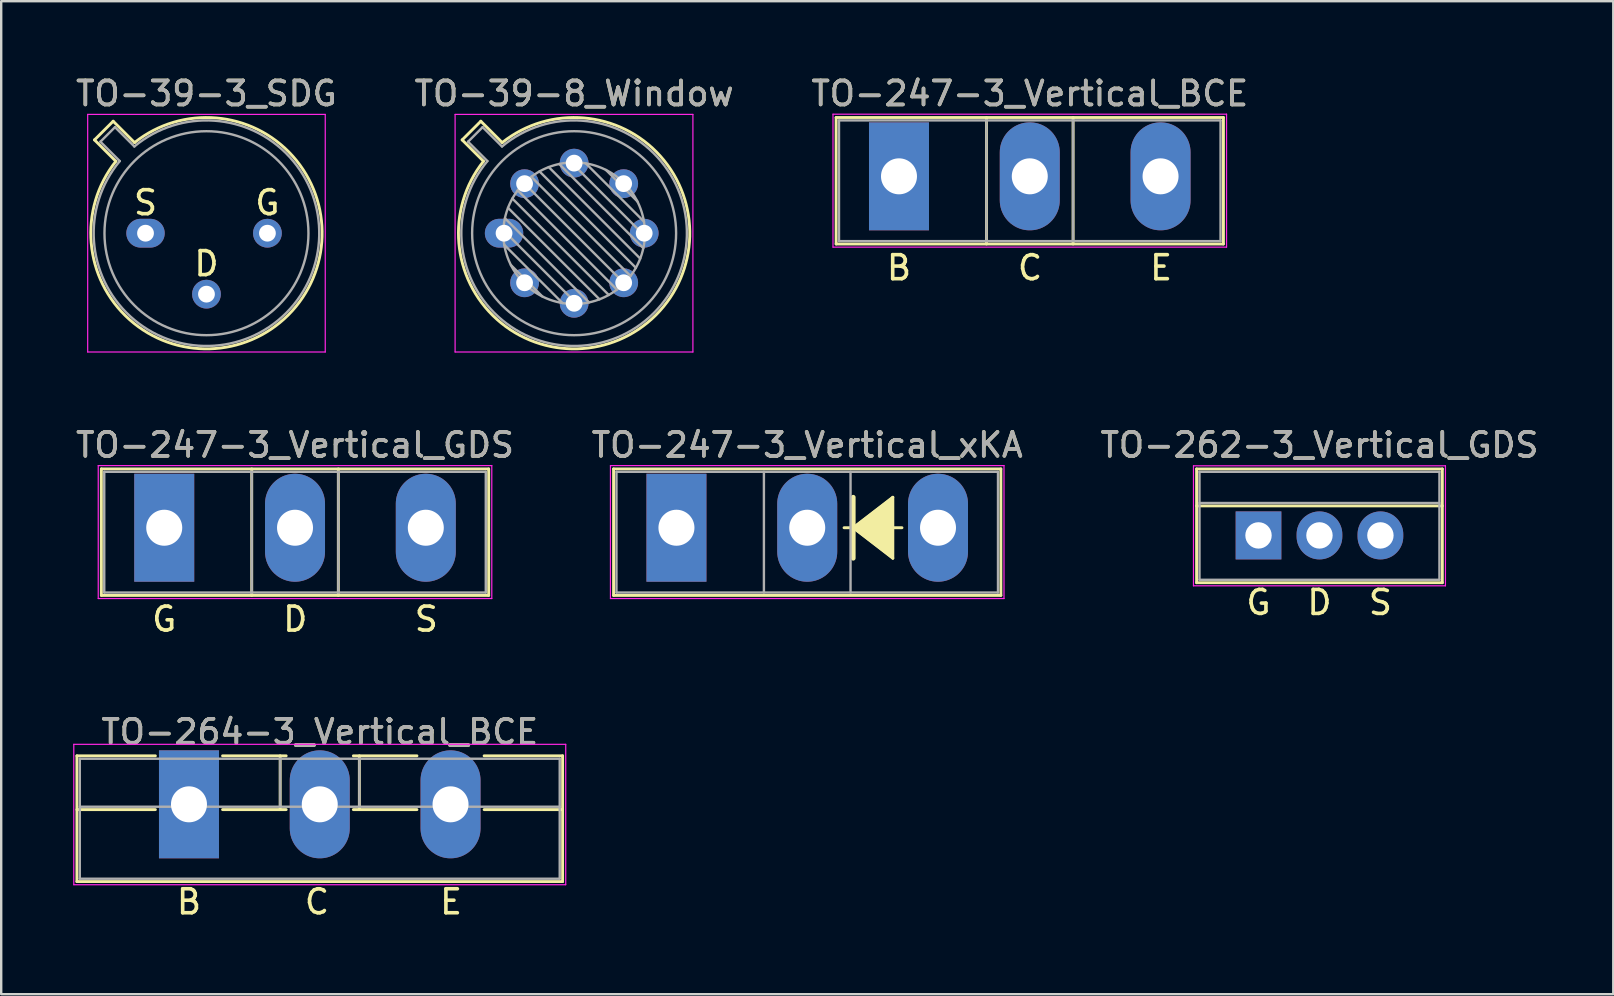
<source format=kicad_pcb>
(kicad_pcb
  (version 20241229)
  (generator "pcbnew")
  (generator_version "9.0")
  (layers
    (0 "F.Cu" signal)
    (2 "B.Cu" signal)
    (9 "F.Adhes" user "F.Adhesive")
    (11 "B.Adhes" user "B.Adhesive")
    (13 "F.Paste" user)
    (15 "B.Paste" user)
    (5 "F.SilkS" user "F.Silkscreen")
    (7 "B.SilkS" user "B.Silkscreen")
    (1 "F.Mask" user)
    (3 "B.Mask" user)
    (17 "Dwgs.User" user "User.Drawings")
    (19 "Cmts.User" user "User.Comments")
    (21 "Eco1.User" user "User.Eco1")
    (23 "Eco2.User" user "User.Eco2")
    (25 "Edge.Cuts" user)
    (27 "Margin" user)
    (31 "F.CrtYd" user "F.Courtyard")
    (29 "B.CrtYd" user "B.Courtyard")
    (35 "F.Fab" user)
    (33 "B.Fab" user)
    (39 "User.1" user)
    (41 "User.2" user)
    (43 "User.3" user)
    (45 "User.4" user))
  (footprint "TO-39-3_SDG"
    (layer "F.Cu")
    (at 3.014 6.668)
    (property "Reference" "TO-39-3_SDG" (at 2.54 -5.82 0) (layer "F.SilkS") (effects (font (size 1 1) (thickness 0.15))))
    (attr through_hole)
    (fp_line (start -2.126 -3.888) (end -1.235 -2.997) (stroke (width 0.12) (type solid)) (layer "F.SilkS"))
    (fp_line (start -1.348 -4.666) (end -2.126 -3.888) (stroke (width 0.12) (type solid)) (layer "F.SilkS"))
    (fp_line (start -0.457 -3.775) (end -1.348 -4.666) (stroke (width 0.12) (type solid)) (layer "F.SilkS"))
    (fp_arc (start -0.457084 -3.774902) (mid 5.948125 3.408384) (end -1.234674 -2.997371) (stroke (width 0.12) (type solid)) (layer "F.SilkS"))
    (fp_line (start -2.41 -4.95) (end -2.41 4.95) (stroke (width 0.05) (type solid)) (layer "F.CrtYd"))
    (fp_line (start -2.41 4.95) (end 7.49 4.95) (stroke (width 0.05) (type solid)) (layer "F.CrtYd"))
    (fp_line (start 7.49 -4.95) (end -2.41 -4.95) (stroke (width 0.05) (type solid)) (layer "F.CrtYd"))
    (fp_line (start 7.49 4.95) (end 7.49 -4.95) (stroke (width 0.05) (type solid)) (layer "F.CrtYd"))
    (fp_line (start -1.88 -3.812) (end -1.074 -3.005) (stroke (width 0.1) (type solid)) (layer "F.Fab"))
    (fp_line (start -1.272 -4.42) (end -1.88 -3.812) (stroke (width 0.1) (type solid)) (layer "F.Fab"))
    (fp_line (start -0.465 -3.614) (end -1.272 -4.42) (stroke (width 0.1) (type solid)) (layer "F.Fab"))
    (fp_arc (start -0.465408 -3.61352) (mid 5.863443 3.323361) (end -1.073594 -3.005319) (stroke (width 0.1) (type solid)) (layer "F.Fab"))
    (fp_circle (center 2.54 0) (end 6.79 0) (stroke (width 0.1) (type solid)) (fill no) (layer "F.Fab"))
    (fp_text user "D" (at 2.54 1.27 0) (layer "F.SilkS") (effects (font (size 1 1) (thickness 0.15))))
    (fp_text user "S" (at 0 -1.27 0) (layer "F.SilkS") (effects (font (size 1 1) (thickness 0.15))))
    (fp_text user "G" (at 5.08 -1.27 0) (layer "F.SilkS") (effects (font (size 1 1) (thickness 0.15))))
    (fp_text user "${REFERENCE}" (at 2.54 -5.82 0) (layer "F.Fab") (effects (font (size 1 1) (thickness 0.15))))
    (pad "1" thru_hole oval (at 0 0) (size 1.6 1.2) (drill 0.7) (layers "*.Cu" "*.Mask"))
    (pad "2" thru_hole oval (at 2.54 2.54) (size 1.2 1.2) (drill 0.7) (layers "*.Cu" "*.Mask"))
    (pad "3" thru_hole oval (at 5.08 0) (size 1.2 1.2) (drill 0.7) (layers "*.Cu" "*.Mask")))
  (footprint "TO-247-3_Vertical_BCE"
    (layer "F.Cu")
    (at 34.413 4.298)
    (property "Reference" "TO-247-3_Vertical_BCE" (at 5.45 -3.45 0) (layer "F.SilkS") (effects (font (size 1 1) (thickness 0.15))))
    (fp_line (start -2.62 -2.451) (end -2.62 2.82) (stroke (width 0.12) (type solid)) (layer "F.SilkS"))
    (fp_line (start -2.62 -2.451) (end 13.52 -2.451) (stroke (width 0.12) (type solid)) (layer "F.SilkS"))
    (fp_line (start -2.62 2.82) (end 13.52 2.82) (stroke (width 0.12) (type solid)) (layer "F.SilkS"))
    (fp_line (start 3.646 -2.451) (end 3.646 2.82) (stroke (width 0.12) (type solid)) (layer "F.SilkS"))
    (fp_line (start 7.255 -2.451) (end 7.255 2.82) (stroke (width 0.12) (type solid)) (layer "F.SilkS"))
    (fp_line (start 13.52 -2.451) (end 13.52 2.82) (stroke (width 0.12) (type solid)) (layer "F.SilkS"))
    (fp_line (start -2.75 -2.59) (end -2.75 2.95) (stroke (width 0.05) (type solid)) (layer "F.CrtYd"))
    (fp_line (start -2.75 2.95) (end 13.65 2.95) (stroke (width 0.05) (type solid)) (layer "F.CrtYd"))
    (fp_line (start 13.65 -2.59) (end -2.75 -2.59) (stroke (width 0.05) (type solid)) (layer "F.CrtYd"))
    (fp_line (start 13.65 2.95) (end 13.65 -2.59) (stroke (width 0.05) (type solid)) (layer "F.CrtYd"))
    (fp_line (start -2.5 -2.33) (end -2.5 2.7) (stroke (width 0.1) (type solid)) (layer "F.Fab"))
    (fp_line (start -2.5 2.7) (end 13.4 2.7) (stroke (width 0.1) (type solid)) (layer "F.Fab"))
    (fp_line (start 3.645 -2.33) (end 3.645 2.7) (stroke (width 0.1) (type solid)) (layer "F.Fab"))
    (fp_line (start 7.255 -2.33) (end 7.255 2.7) (stroke (width 0.1) (type solid)) (layer "F.Fab"))
    (fp_line (start 13.4 -2.33) (end -2.5 -2.33) (stroke (width 0.1) (type solid)) (layer "F.Fab"))
    (fp_line (start 13.4 2.7) (end 13.4 -2.33) (stroke (width 0.1) (type solid)) (layer "F.Fab"))
    (fp_text user "E" (at 10.922 3.81 0) (unlocked yes) (layer "F.SilkS") (effects (font (size 1 1) (thickness 0.15))))
    (fp_text user "C" (at 5.461 3.81 0) (unlocked yes) (layer "F.SilkS") (effects (font (size 1 1) (thickness 0.15))))
    (fp_text user "B" (at 0 3.81 0) (unlocked yes) (layer "F.SilkS") (effects (font (size 1 1) (thickness 0.15))))
    (fp_text user "${REFERENCE}" (at 5.45 -3.45 0) (layer "F.Fab") (effects (font (size 1 1) (thickness 0.15))))
    (pad "1" thru_hole rect (at 0 0) (size 2.5 4.5) (drill 1.5) (layers "*.Cu" "*.Mask"))
    (pad "2" thru_hole oval (at 5.45 0) (size 2.5 4.5) (drill 1.5) (layers "*.Cu" "*.Mask"))
    (pad "3" thru_hole oval (at 10.9 0) (size 2.5 4.5) (drill 1.5) (layers "*.Cu" "*.Mask")))
  (footprint "TO-262-3_Vertical_GDS"
    (layer "F.Cu")
    (at 49.395 19.262)
    (property "Reference" "TO-262-3_Vertical_GDS" (at 2.54 -3.77 0) (layer "F.SilkS") (effects (font (size 1 1) (thickness 0.15))))
    (attr through_hole)
    (fp_line (start -2.58 -2.77) (end -2.58 1.971) (stroke (width 0.12) (type solid)) (layer "F.SilkS"))
    (fp_line (start -2.58 -2.77) (end 7.66 -2.77) (stroke (width 0.12) (type solid)) (layer "F.SilkS"))
    (fp_line (start -2.58 -1.23) (end 7.66 -1.23) (stroke (width 0.12) (type solid)) (layer "F.SilkS"))
    (fp_line (start -2.58 1.971) (end 7.66 1.971) (stroke (width 0.12) (type solid)) (layer "F.SilkS"))
    (fp_line (start 7.66 -2.77) (end 7.66 1.971) (stroke (width 0.12) (type solid)) (layer "F.SilkS"))
    (fp_line (start -2.71 -2.9) (end -2.71 2.1) (stroke (width 0.05) (type solid)) (layer "F.CrtYd"))
    (fp_line (start -2.71 2.1) (end 7.79 2.1) (stroke (width 0.05) (type solid)) (layer "F.CrtYd"))
    (fp_line (start 7.79 -2.9) (end -2.71 -2.9) (stroke (width 0.05) (type solid)) (layer "F.CrtYd"))
    (fp_line (start 7.79 2.1) (end 7.79 -2.9) (stroke (width 0.05) (type solid)) (layer "F.CrtYd"))
    (fp_line (start -2.46 -2.65) (end -2.46 1.85) (stroke (width 0.1) (type solid)) (layer "F.Fab"))
    (fp_line (start -2.46 -1.35) (end 7.54 -1.35) (stroke (width 0.1) (type solid)) (layer "F.Fab"))
    (fp_line (start -2.46 1.85) (end 7.54 1.85) (stroke (width 0.1) (type solid)) (layer "F.Fab"))
    (fp_line (start 7.54 -2.65) (end -2.46 -2.65) (stroke (width 0.1) (type solid)) (layer "F.Fab"))
    (fp_line (start 7.54 1.85) (end 7.54 -2.65) (stroke (width 0.1) (type solid)) (layer "F.Fab"))
    (fp_text user "S" (at 5.08 2.794 0) (layer "F.SilkS") (effects (font (size 1 1) (thickness 0.15))))
    (fp_text user "D" (at 2.54 2.794 0) (layer "F.SilkS") (effects (font (size 1 1) (thickness 0.15))))
    (fp_text user "G" (at 0 2.794 0) (layer "F.SilkS") (effects (font (size 1 1) (thickness 0.15))))
    (fp_text user "${REFERENCE}" (at 2.54 -3.77 0) (layer "F.Fab") (effects (font (size 1 1) (thickness 0.15))))
    (pad "1" thru_hole rect (at 0 0) (size 1.905 2) (drill 1.1) (layers "*.Cu" "*.Mask"))
    (pad "2" thru_hole oval (at 2.54 0) (size 1.905 2) (drill 1.1) (layers "*.Cu" "*.Mask"))
    (pad "3" thru_hole oval (at 5.08 0) (size 1.905 2) (drill 1.1) (layers "*.Cu" "*.Mask")))
  (footprint "TO-39-8_Window"
    (layer "F.Cu")
    (at 17.955 6.668)
    (property "Reference" "TO-39-8_Window" (at 2.92 -5.82 0) (layer "F.SilkS") (effects (font (size 1 1) (thickness 0.15))))
    (attr through_hole)
    (fp_line (start -1.746 -3.888) (end -0.855 -2.997) (stroke (width 0.12) (type solid)) (layer "F.SilkS"))
    (fp_line (start -0.968 -4.666) (end -1.746 -3.888) (stroke (width 0.12) (type solid)) (layer "F.SilkS"))
    (fp_line (start -0.077 -3.775) (end -0.968 -4.666) (stroke (width 0.12) (type solid)) (layer "F.SilkS"))
    (fp_arc (start -0.077084 -3.774902) (mid 6.328125 3.408384) (end -0.854674 -2.997371) (stroke (width 0.12) (type solid)) (layer "F.SilkS"))
    (fp_line (start -2.04 -4.95) (end -2.04 4.95) (stroke (width 0.05) (type solid)) (layer "F.CrtYd"))
    (fp_line (start -2.04 4.95) (end 7.87 4.95) (stroke (width 0.05) (type solid)) (layer "F.CrtYd"))
    (fp_line (start 7.87 -4.95) (end -2.04 -4.95) (stroke (width 0.05) (type solid)) (layer "F.CrtYd"))
    (fp_line (start 7.87 4.95) (end 7.87 -4.95) (stroke (width 0.05) (type solid)) (layer "F.CrtYd"))
    (fp_line (start -1.5 -3.812) (end -0.694 -3.005) (stroke (width 0.1) (type solid)) (layer "F.Fab"))
    (fp_line (start -0.892 -4.42) (end -1.5 -3.812) (stroke (width 0.1) (type solid)) (layer "F.Fab"))
    (fp_line (start -0.085 -3.614) (end -0.892 -4.42) (stroke (width 0.1) (type solid)) (layer "F.Fab"))
    (fp_line (start -0.028 -0.12) (end 3.04 2.948) (stroke (width 0.1) (type solid)) (layer "F.Fab"))
    (fp_line (start 0.009 0.485) (end 2.435 2.911) (stroke (width 0.1) (type solid)) (layer "F.Fab"))
    (fp_line (start 0.036 -0.622) (end 3.542 2.884) (stroke (width 0.1) (type solid)) (layer "F.Fab"))
    (fp_line (start 0.165 -1.058) (end 3.978 2.755) (stroke (width 0.1) (type solid)) (layer "F.Fab"))
    (fp_line (start 0.283 1.324) (end 1.596 2.637) (stroke (width 0.1) (type solid)) (layer "F.Fab"))
    (fp_line (start 0.346 -1.443) (end 4.363 2.574) (stroke (width 0.1) (type solid)) (layer "F.Fab"))
    (fp_line (start 0.57 -1.784) (end 4.704 2.35) (stroke (width 0.1) (type solid)) (layer "F.Fab"))
    (fp_line (start 0.834 -2.086) (end 5.006 2.086) (stroke (width 0.1) (type solid)) (layer "F.Fab"))
    (fp_line (start 1.136 -2.35) (end 5.27 1.784) (stroke (width 0.1) (type solid)) (layer "F.Fab"))
    (fp_line (start 1.477 -2.574) (end 5.494 1.443) (stroke (width 0.1) (type solid)) (layer "F.Fab"))
    (fp_line (start 1.862 -2.755) (end 5.675 1.058) (stroke (width 0.1) (type solid)) (layer "F.Fab"))
    (fp_line (start 2.298 -2.884) (end 5.804 0.622) (stroke (width 0.1) (type solid)) (layer "F.Fab"))
    (fp_line (start 2.8 -2.948) (end 5.868 0.12) (stroke (width 0.1) (type solid)) (layer "F.Fab"))
    (fp_line (start 3.405 -2.911) (end 5.831 -0.485) (stroke (width 0.1) (type solid)) (layer "F.Fab"))
    (fp_line (start 4.244 -2.637) (end 5.557 -1.324) (stroke (width 0.1) (type solid)) (layer "F.Fab"))
    (fp_arc (start -0.085408 -3.61352) (mid 6.243443 3.323361) (end -0.693594 -3.005319) (stroke (width 0.1) (type solid)) (layer "F.Fab"))
    (fp_circle (center 2.92 0) (end 5.87 0) (stroke (width 0.1) (type solid)) (fill no) (layer "F.Fab"))
    (fp_circle (center 2.92 0) (end 7.17 0) (stroke (width 0.1) (type solid)) (fill no) (layer "F.Fab"))
    (fp_text user "${REFERENCE}" (at 2.92 -5.82 0) (layer "F.Fab") (effects (font (size 1 1) (thickness 0.15))))
    (pad "1" thru_hole oval (at 0 0) (size 1.6 1.2) (drill 0.7) (layers "*.Cu" "*.Mask"))
    (pad "2" thru_hole oval (at 0.855 2.065) (size 1.2 1.2) (drill 0.7) (layers "*.Cu" "*.Mask"))
    (pad "3" thru_hole oval (at 2.92 2.92) (size 1.2 1.2) (drill 0.7) (layers "*.Cu" "*.Mask"))
    (pad "4" thru_hole oval (at 4.985 2.065) (size 1.2 1.2) (drill 0.7) (layers "*.Cu" "*.Mask"))
    (pad "5" thru_hole oval (at 5.84 0) (size 1.2 1.2) (drill 0.7) (layers "*.Cu" "*.Mask"))
    (pad "6" thru_hole oval (at 4.985 -2.065) (size 1.2 1.2) (drill 0.7) (layers "*.Cu" "*.Mask"))
    (pad "7" thru_hole oval (at 2.92 -2.92) (size 1.2 1.2) (drill 0.7) (layers "*.Cu" "*.Mask"))
    (pad "8" thru_hole oval (at 0.855 -2.065) (size 1.2 1.2) (drill 0.7) (layers "*.Cu" "*.Mask")))
  (footprint "TO-247-3_Vertical_xKA"
    (layer "F.Cu")
    (at 25.139 18.942)
    (property "Reference" "TO-247-3_Vertical_xKA" (at 5.45 -3.45 0) (layer "F.SilkS") (effects (font (size 1 1) (thickness 0.15))))
    (attr through_hole)
    (fp_line (start -2.62 -2.451) (end -2.62 2.82) (stroke (width 0.12) (type solid)) (layer "F.SilkS"))
    (fp_line (start -2.62 -2.451) (end 13.52 -2.451) (stroke (width 0.12) (type solid)) (layer "F.SilkS"))
    (fp_line (start -2.62 2.82) (end 13.52 2.82) (stroke (width 0.12) (type solid)) (layer "F.SilkS"))
    (fp_line (start 6.985 0) (end 7.366 0) (stroke (width 0.12) (type solid)) (layer "F.SilkS"))
    (fp_line (start 7.366 -1.27) (end 7.366 0) (stroke (width 0.2) (type solid)) (layer "F.SilkS"))
    (fp_line (start 7.366 0) (end 7.366 1.27) (stroke (width 0.2) (type solid)) (layer "F.SilkS"))
    (fp_line (start 7.366 0) (end 9.017 1.27) (stroke (width 0.12) (type solid)) (layer "F.SilkS"))
    (fp_line (start 9.017 -1.27) (end 7.366 0) (stroke (width 0.12) (type solid)) (layer "F.SilkS"))
    (fp_line (start 9.017 1.27) (end 9.017 -1.27) (stroke (width 0.12) (type solid)) (layer "F.SilkS"))
    (fp_line (start 9.398 0) (end 9.017 0) (stroke (width 0.12) (type solid)) (layer "F.SilkS"))
    (fp_line (start 13.52 -2.451) (end 13.52 2.82) (stroke (width 0.12) (type solid)) (layer "F.SilkS"))
    (fp_poly (pts (xy 9.017 1.27) (xy 7.366 0) (xy 9.017 -1.27)) (stroke (width 0.1) (type solid)) (fill yes) (layer "F.SilkS"))
    (fp_line (start -2.75 -2.59) (end -2.75 2.95) (stroke (width 0.05) (type solid)) (layer "F.CrtYd"))
    (fp_line (start -2.75 2.95) (end 13.65 2.95) (stroke (width 0.05) (type solid)) (layer "F.CrtYd"))
    (fp_line (start 13.65 -2.59) (end -2.75 -2.59) (stroke (width 0.05) (type solid)) (layer "F.CrtYd"))
    (fp_line (start 13.65 2.95) (end 13.65 -2.59) (stroke (width 0.05) (type solid)) (layer "F.CrtYd"))
    (fp_line (start -2.5 -2.33) (end -2.5 2.7) (stroke (width 0.1) (type solid)) (layer "F.Fab"))
    (fp_line (start -2.5 2.7) (end 13.4 2.7) (stroke (width 0.1) (type solid)) (layer "F.Fab"))
    (fp_line (start 3.645 -2.33) (end 3.645 2.7) (stroke (width 0.1) (type solid)) (layer "F.Fab"))
    (fp_line (start 7.255 -2.33) (end 7.255 2.7) (stroke (width 0.1) (type solid)) (layer "F.Fab"))
    (fp_line (start 13.4 -2.33) (end -2.5 -2.33) (stroke (width 0.1) (type solid)) (layer "F.Fab"))
    (fp_line (start 13.4 2.7) (end 13.4 -2.33) (stroke (width 0.1) (type solid)) (layer "F.Fab"))
    (fp_text user "${REFERENCE}" (at 5.45 -3.45 0) (layer "F.Fab") (effects (font (size 1 1) (thickness 0.15))))
    (pad "1" thru_hole rect (at 0 0) (size 2.5 4.5) (drill 1.5) (layers "*.Cu" "*.Mask"))
    (pad "2" thru_hole oval (at 5.45 0) (size 2.5 4.5) (drill 1.5) (layers "*.Cu" "*.Mask"))
    (pad "3" thru_hole oval (at 10.9 0) (size 2.5 4.5) (drill 1.5) (layers "*.Cu" "*.Mask")))
  (footprint "TO-247-3_Vertical_GDS"
    (layer "F.Cu")
    (at 3.794 18.942)
    (property "Reference" "TO-247-3_Vertical_GDS" (at 5.45 -3.45 0) (layer "F.SilkS") (effects (font (size 1 1) (thickness 0.15))))
    (attr through_hole)
    (fp_line (start -2.62 -2.451) (end -2.62 2.82) (stroke (width 0.12) (type solid)) (layer "F.SilkS"))
    (fp_line (start -2.62 -2.451) (end 13.52 -2.451) (stroke (width 0.12) (type solid)) (layer "F.SilkS"))
    (fp_line (start -2.62 2.82) (end 13.52 2.82) (stroke (width 0.12) (type solid)) (layer "F.SilkS"))
    (fp_line (start 3.646 -2.451) (end 3.646 2.82) (stroke (width 0.12) (type solid)) (layer "F.SilkS"))
    (fp_line (start 7.255 -2.451) (end 7.255 2.82) (stroke (width 0.12) (type solid)) (layer "F.SilkS"))
    (fp_line (start 13.52 -2.451) (end 13.52 2.82) (stroke (width 0.12) (type solid)) (layer "F.SilkS"))
    (fp_line (start -2.75 -2.59) (end -2.75 2.95) (stroke (width 0.05) (type solid)) (layer "F.CrtYd"))
    (fp_line (start -2.75 2.95) (end 13.65 2.95) (stroke (width 0.05) (type solid)) (layer "F.CrtYd"))
    (fp_line (start 13.65 -2.59) (end -2.75 -2.59) (stroke (width 0.05) (type solid)) (layer "F.CrtYd"))
    (fp_line (start 13.65 2.95) (end 13.65 -2.59) (stroke (width 0.05) (type solid)) (layer "F.CrtYd"))
    (fp_line (start -2.5 -2.33) (end -2.5 2.7) (stroke (width 0.1) (type solid)) (layer "F.Fab"))
    (fp_line (start -2.5 2.7) (end 13.4 2.7) (stroke (width 0.1) (type solid)) (layer "F.Fab"))
    (fp_line (start 3.645 -2.33) (end 3.645 2.7) (stroke (width 0.1) (type solid)) (layer "F.Fab"))
    (fp_line (start 7.255 -2.33) (end 7.255 2.7) (stroke (width 0.1) (type solid)) (layer "F.Fab"))
    (fp_line (start 13.4 -2.33) (end -2.5 -2.33) (stroke (width 0.1) (type solid)) (layer "F.Fab"))
    (fp_line (start 13.4 2.7) (end 13.4 -2.33) (stroke (width 0.1) (type solid)) (layer "F.Fab"))
    (fp_text user "G" (at 0 3.81 0) (layer "F.SilkS") (effects (font (size 1 1) (thickness 0.15))))
    (fp_text user "S" (at 10.922 3.81 0) (layer "F.SilkS") (effects (font (size 1 1) (thickness 0.15))))
    (fp_text user "D" (at 5.461 3.81 0) (layer "F.SilkS") (effects (font (size 1 1) (thickness 0.15))))
    (fp_text user "${REFERENCE}" (at 5.45 -3.45 0) (layer "F.Fab") (effects (font (size 1 1) (thickness 0.15))))
    (pad "1" thru_hole rect (at 0 0) (size 2.5 4.5) (drill 1.5) (layers "*.Cu" "*.Mask"))
    (pad "2" thru_hole oval (at 5.45 0) (size 2.5 4.5) (drill 1.5) (layers "*.Cu" "*.Mask"))
    (pad "3" thru_hole oval (at 10.9 0) (size 2.5 4.5) (drill 1.5) (layers "*.Cu" "*.Mask")))
  (footprint "TO-264-3_Vertical_BCE"
    (layer "F.Cu")
    (at 4.825 30.468)
    (property "Reference" "TO-264-3_Vertical_BCE" (at 5.45 -3.02 0) (layer "F.SilkS") (effects (font (size 1 1) (thickness 0.15))))
    (fp_line (start -4.67 -2.021) (end -4.67 3.22) (stroke (width 0.12) (type solid)) (layer "F.SilkS"))
    (fp_line (start -4.67 -2.021) (end -1.4 -2.021) (stroke (width 0.12) (type solid)) (layer "F.SilkS"))
    (fp_line (start -4.67 0.22) (end -1.4 0.22) (stroke (width 0.12) (type solid)) (layer "F.SilkS"))
    (fp_line (start -4.67 3.22) (end 15.57 3.22) (stroke (width 0.12) (type solid)) (layer "F.SilkS"))
    (fp_line (start 1.4 -2.021) (end 4.051 -2.021) (stroke (width 0.12) (type solid)) (layer "F.SilkS"))
    (fp_line (start 1.4 0.22) (end 4.051 0.22) (stroke (width 0.12) (type solid)) (layer "F.SilkS"))
    (fp_line (start 3.8 -2.021) (end 3.8 0.22) (stroke (width 0.12) (type solid)) (layer "F.SilkS"))
    (fp_line (start 6.85 -2.021) (end 9.5 -2.021) (stroke (width 0.12) (type solid)) (layer "F.SilkS"))
    (fp_line (start 6.85 0.22) (end 9.5 0.22) (stroke (width 0.12) (type solid)) (layer "F.SilkS"))
    (fp_line (start 7.1 -2.021) (end 7.1 0.22) (stroke (width 0.12) (type solid)) (layer "F.SilkS"))
    (fp_line (start 12.3 -2.021) (end 15.57 -2.021) (stroke (width 0.12) (type solid)) (layer "F.SilkS"))
    (fp_line (start 12.3 0.22) (end 15.57 0.22) (stroke (width 0.12) (type solid)) (layer "F.SilkS"))
    (fp_line (start 15.57 -2.021) (end 15.57 3.22) (stroke (width 0.12) (type solid)) (layer "F.SilkS"))
    (fp_line (start -4.8 -2.5) (end -4.8 3.35) (stroke (width 0.05) (type solid)) (layer "F.CrtYd"))
    (fp_line (start -4.8 3.35) (end 15.7 3.35) (stroke (width 0.05) (type solid)) (layer "F.CrtYd"))
    (fp_line (start 15.7 -2.5) (end -4.8 -2.5) (stroke (width 0.05) (type solid)) (layer "F.CrtYd"))
    (fp_line (start 15.7 3.35) (end 15.7 -2.5) (stroke (width 0.05) (type solid)) (layer "F.CrtYd"))
    (fp_line (start -4.55 -1.9) (end -4.55 3.1) (stroke (width 0.1) (type solid)) (layer "F.Fab"))
    (fp_line (start -4.55 0.1) (end 15.45 0.1) (stroke (width 0.1) (type solid)) (layer "F.Fab"))
    (fp_line (start -4.55 3.1) (end 15.45 3.1) (stroke (width 0.1) (type solid)) (layer "F.Fab"))
    (fp_line (start 3.8 -1.9) (end 3.8 0.1) (stroke (width 0.1) (type solid)) (layer "F.Fab"))
    (fp_line (start 7.1 -1.9) (end 7.1 0.1) (stroke (width 0.1) (type solid)) (layer "F.Fab"))
    (fp_line (start 15.45 -1.9) (end -4.55 -1.9) (stroke (width 0.1) (type solid)) (layer "F.Fab"))
    (fp_line (start 15.45 3.1) (end 15.45 -1.9) (stroke (width 0.1) (type solid)) (layer "F.Fab"))
    (fp_text user "E" (at 10.922 4.064 0) (unlocked yes) (layer "F.SilkS") (effects (font (size 1 1) (thickness 0.15))))
    (fp_text user "C" (at 5.334 4.064 0) (unlocked yes) (layer "F.SilkS") (effects (font (size 1 1) (thickness 0.15))))
    (fp_text user "B" (at 0 4.064 0) (unlocked yes) (layer "F.SilkS") (effects (font (size 1 1) (thickness 0.15))))
    (fp_text user "${REFERENCE}" (at 5.45 -3.02 0) (layer "F.Fab") (effects (font (size 1 1) (thickness 0.15))))
    (pad "1" thru_hole rect (at 0 0) (size 2.5 4.5) (drill 1.5) (layers "*.Cu" "*.Mask"))
    (pad "2" thru_hole oval (at 5.45 0) (size 2.5 4.5) (drill 1.5) (layers "*.Cu" "*.Mask"))
    (pad "3" thru_hole oval (at 10.9 0) (size 2.5 4.5) (drill 1.5) (layers "*.Cu" "*.Mask")))
  (gr_rect
    (start -3 -3)
    (end 64.179 38.38)
    (stroke (width 0.1) (type default))
    (fill no)
    (layer "Edge.Cuts")))
</source>
